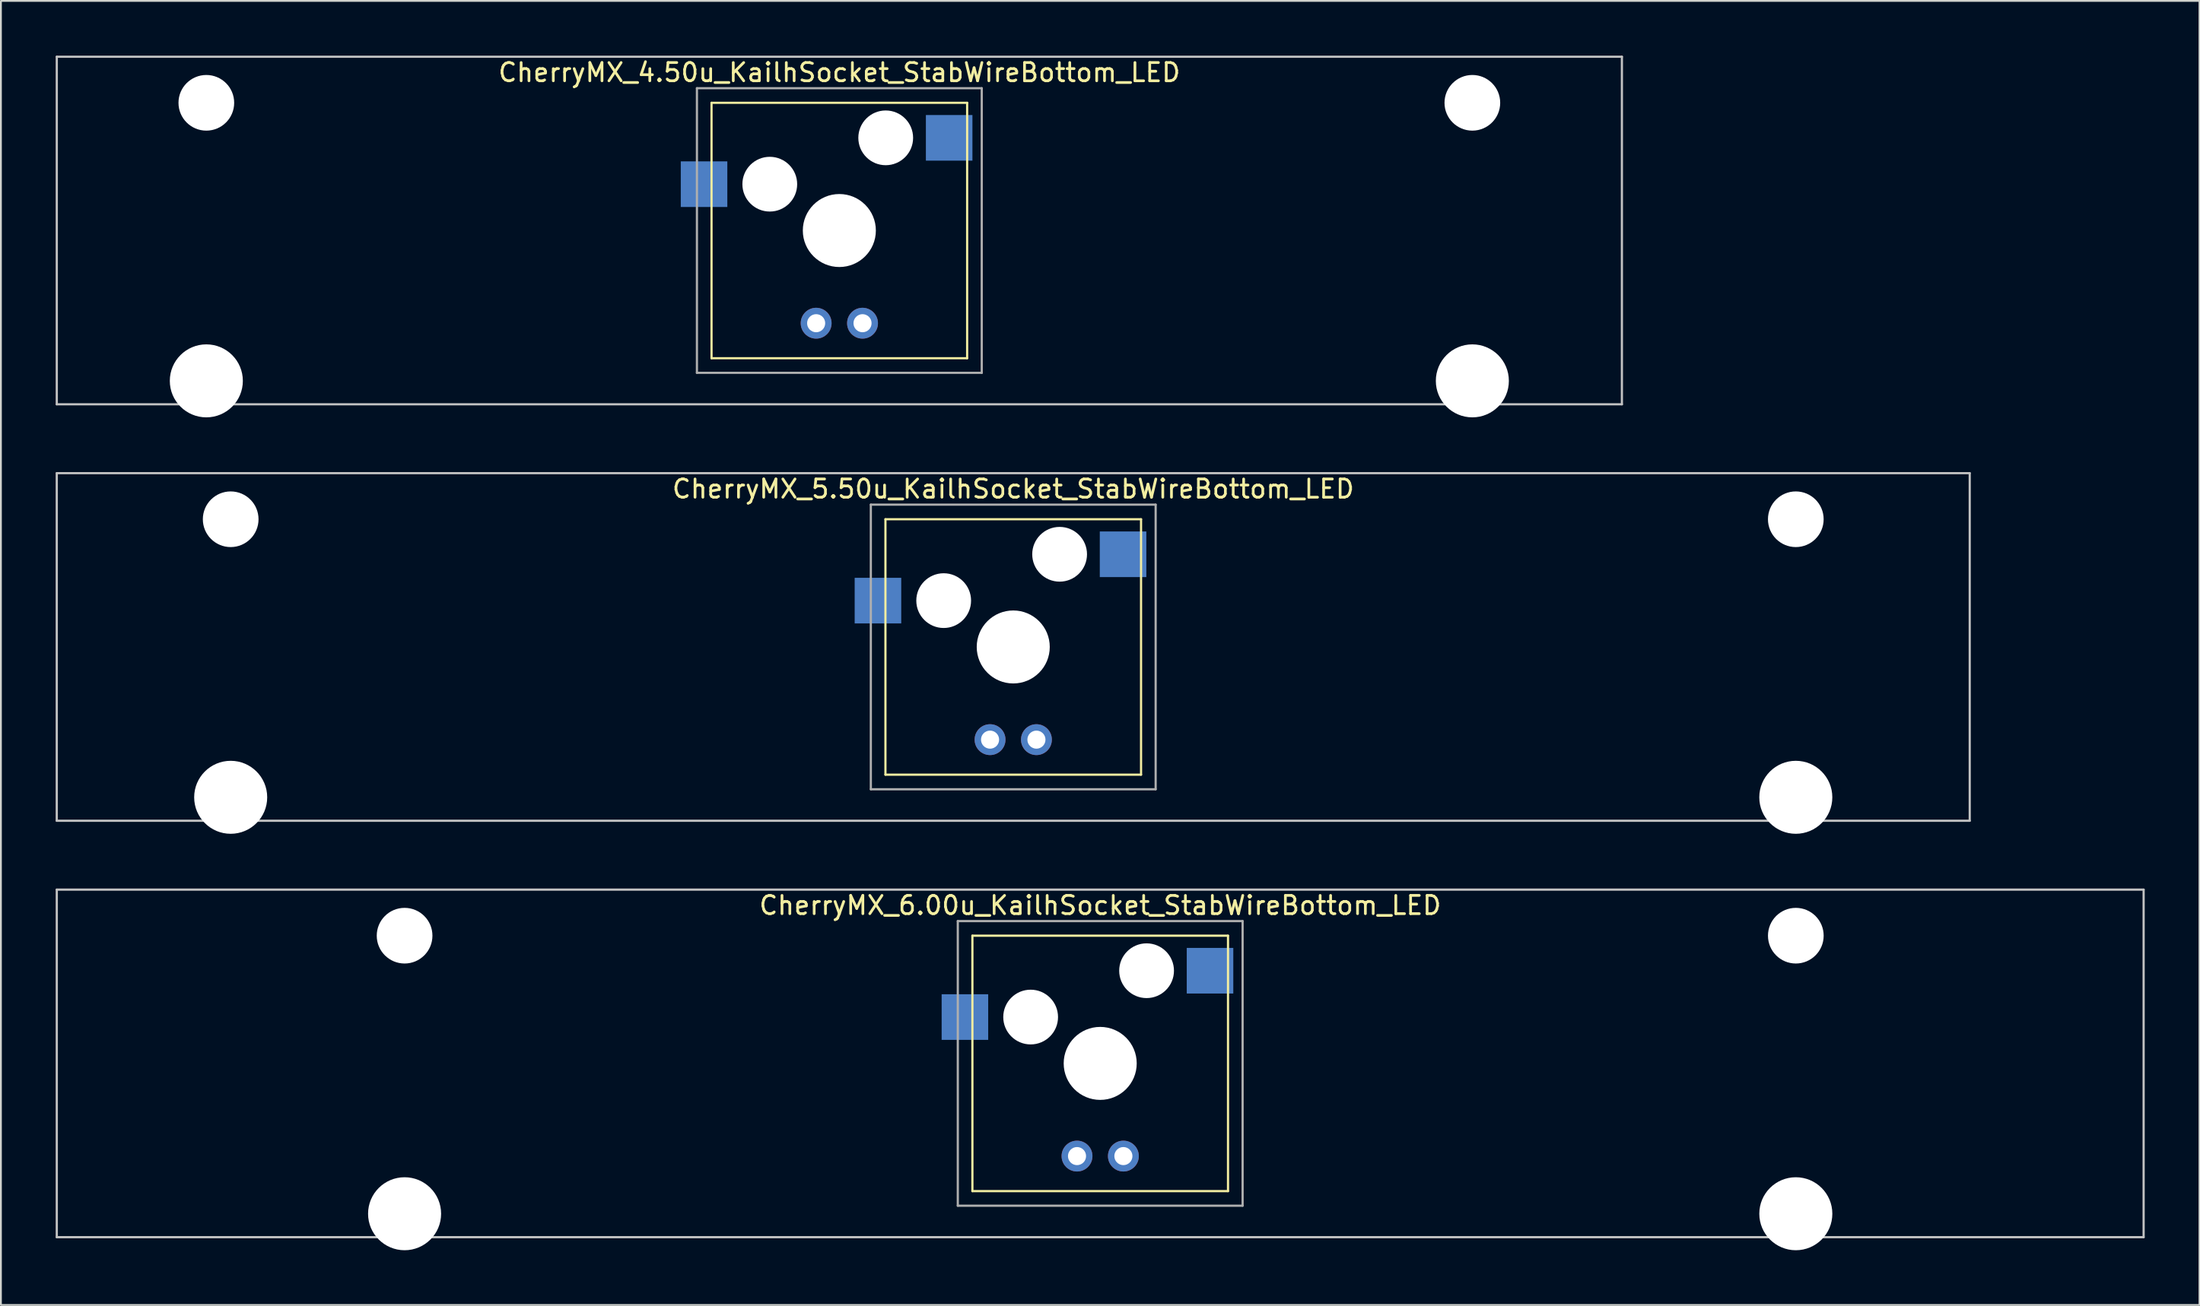
<source format=kicad_pcb>
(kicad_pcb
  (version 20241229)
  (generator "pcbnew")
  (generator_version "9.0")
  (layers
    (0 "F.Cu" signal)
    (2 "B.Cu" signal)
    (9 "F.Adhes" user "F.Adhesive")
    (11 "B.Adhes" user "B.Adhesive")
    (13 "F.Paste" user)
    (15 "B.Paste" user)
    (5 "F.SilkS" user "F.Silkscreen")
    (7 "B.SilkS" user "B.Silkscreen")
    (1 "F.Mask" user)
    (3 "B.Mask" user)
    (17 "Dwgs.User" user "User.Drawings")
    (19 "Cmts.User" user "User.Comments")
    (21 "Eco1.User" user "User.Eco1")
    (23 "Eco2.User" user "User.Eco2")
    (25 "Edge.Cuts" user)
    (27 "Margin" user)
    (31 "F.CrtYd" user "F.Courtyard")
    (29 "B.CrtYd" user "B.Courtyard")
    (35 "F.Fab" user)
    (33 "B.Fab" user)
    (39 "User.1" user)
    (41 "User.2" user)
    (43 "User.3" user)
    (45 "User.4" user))
  (footprint "CherryMX_5.50u_KailhSocket_StabWireBottom_LED"
    (layer "F.Cu")
    (at 52.447 32.41)
    (property "Reference" "CherryMX_5.50u_KailhSocket_StabWireBottom_LED" (at 0 -8.662 0) (layer "F.SilkS") (effects (font (size 1 1) (thickness 0.15))))
    (attr through_hole)
    (fp_line (start -7 -7) (end -7 7) (stroke (width 0.12) (type solid)) (layer "F.SilkS"))
    (fp_line (start -7 -7) (end 7 -7) (stroke (width 0.12) (type solid)) (layer "F.SilkS"))
    (fp_line (start 7 -7) (end 7 7) (stroke (width 0.12) (type solid)) (layer "F.SilkS"))
    (fp_line (start 7 7) (end -7 7) (stroke (width 0.12) (type solid)) (layer "F.SilkS"))
    (fp_line (start -52.388 -9.525) (end 52.388 -9.525) (stroke (width 0.12) (type solid)) (layer "Dwgs.User"))
    (fp_line (start -52.388 9.525) (end -52.388 -9.525) (stroke (width 0.12) (type solid)) (layer "Dwgs.User"))
    (fp_line (start 52.388 -9.525) (end 52.388 9.525) (stroke (width 0.12) (type solid)) (layer "Dwgs.User"))
    (fp_line (start 52.388 9.525) (end -52.388 9.525) (stroke (width 0.12) (type solid)) (layer "Dwgs.User"))
    (fp_line (start -7.8 -7.8) (end -7.8 7.8) (stroke (width 0.12) (type solid)) (layer "F.Fab"))
    (fp_line (start -7.8 -7.8) (end 7.8 -7.8) (stroke (width 0.12) (type solid)) (layer "F.Fab"))
    (fp_line (start -7.8 7.8) (end 7.8 7.8) (stroke (width 0.12) (type solid)) (layer "F.Fab"))
    (fp_line (start 7.8 -7.8) (end 7.8 7.8) (stroke (width 0.12) (type solid)) (layer "F.Fab"))
    (pad "" np_thru_hole circle (at -42.862 -7) (size 3.05 3.05) (drill 3.05) (layers "*.Cu" "*.Mask"))
    (pad "" np_thru_hole circle (at -42.862 8.24) (size 4 4) (drill 4) (layers "*.Cu" "*.Mask"))
    (pad "" np_thru_hole circle (at -3.81 -2.54) (size 3 3) (drill 3) (layers "*.Cu" "*.Mask"))
    (pad "" np_thru_hole circle (at 0 0) (size 4 4) (drill 4) (layers "*.Cu" "*.Mask"))
    (pad "" np_thru_hole circle (at 2.54 -5.08) (size 3 3) (drill 3) (layers "*.Cu" "*.Mask"))
    (pad "" np_thru_hole circle (at 42.862 -7) (size 3.05 3.05) (drill 3.05) (layers "*.Cu" "*.Mask"))
    (pad "" np_thru_hole circle (at 42.862 8.24) (size 4 4) (drill 4) (layers "*.Cu" "*.Mask"))
    (pad "1" smd rect (at -7.41 -2.54) (size 2.55 2.5) (layers "B.Cu" "B.Mask" "B.Paste"))
    (pad "2" smd rect (at 6.015 -5.08) (size 2.55 2.5) (layers "B.Cu" "B.Mask" "B.Paste"))
    (pad "3" thru_hole circle (at -1.27 5.08) (size 1.691 1.691) (drill 0.991) (layers "*.Cu" "*.Mask"))
    (pad "4" thru_hole circle (at 1.27 5.08) (size 1.691 1.691) (drill 0.991) (layers "*.Cu" "*.Mask")))
  (footprint "CherryMX_6.00u_KailhSocket_StabWireBottom_LED"
    (layer "F.Cu")
    (at 57.21 55.235)
    (property "Reference" "CherryMX_6.00u_KailhSocket_StabWireBottom_LED" (at 0 -8.662 0) (layer "F.SilkS") (effects (font (size 1 1) (thickness 0.15))))
    (attr through_hole)
    (fp_line (start -7 -7) (end -7 7) (stroke (width 0.12) (type solid)) (layer "F.SilkS"))
    (fp_line (start -7 -7) (end 7 -7) (stroke (width 0.12) (type solid)) (layer "F.SilkS"))
    (fp_line (start 7 -7) (end 7 7) (stroke (width 0.12) (type solid)) (layer "F.SilkS"))
    (fp_line (start 7 7) (end -7 7) (stroke (width 0.12) (type solid)) (layer "F.SilkS"))
    (fp_line (start -57.15 -9.525) (end 57.15 -9.525) (stroke (width 0.12) (type solid)) (layer "Dwgs.User"))
    (fp_line (start -57.15 9.525) (end -57.15 -9.525) (stroke (width 0.12) (type solid)) (layer "Dwgs.User"))
    (fp_line (start 57.15 -9.525) (end 57.15 9.525) (stroke (width 0.12) (type solid)) (layer "Dwgs.User"))
    (fp_line (start 57.15 9.525) (end -57.15 9.525) (stroke (width 0.12) (type solid)) (layer "Dwgs.User"))
    (fp_line (start -7.8 -7.8) (end -7.8 7.8) (stroke (width 0.12) (type solid)) (layer "F.Fab"))
    (fp_line (start -7.8 -7.8) (end 7.8 -7.8) (stroke (width 0.12) (type solid)) (layer "F.Fab"))
    (fp_line (start -7.8 7.8) (end 7.8 7.8) (stroke (width 0.12) (type solid)) (layer "F.Fab"))
    (fp_line (start 7.8 -7.8) (end 7.8 7.8) (stroke (width 0.12) (type solid)) (layer "F.Fab"))
    (pad "" np_thru_hole circle (at -38.1 -7) (size 3.05 3.05) (drill 3.05) (layers "*.Cu" "*.Mask"))
    (pad "" np_thru_hole circle (at -38.1 8.24) (size 4 4) (drill 4) (layers "*.Cu" "*.Mask"))
    (pad "" np_thru_hole circle (at -3.81 -2.54) (size 3 3) (drill 3) (layers "*.Cu" "*.Mask"))
    (pad "" np_thru_hole circle (at 0 0) (size 4 4) (drill 4) (layers "*.Cu" "*.Mask"))
    (pad "" np_thru_hole circle (at 2.54 -5.08) (size 3 3) (drill 3) (layers "*.Cu" "*.Mask"))
    (pad "" np_thru_hole circle (at 38.1 -7) (size 3.05 3.05) (drill 3.05) (layers "*.Cu" "*.Mask"))
    (pad "" np_thru_hole circle (at 38.1 8.24) (size 4 4) (drill 4) (layers "*.Cu" "*.Mask"))
    (pad "1" smd rect (at -7.41 -2.54) (size 2.55 2.5) (layers "B.Cu" "B.Mask" "B.Paste"))
    (pad "2" smd rect (at 6.015 -5.08) (size 2.55 2.5) (layers "B.Cu" "B.Mask" "B.Paste"))
    (pad "3" thru_hole circle (at -1.27 5.08) (size 1.691 1.691) (drill 0.991) (layers "*.Cu" "*.Mask"))
    (pad "4" thru_hole circle (at 1.27 5.08) (size 1.691 1.691) (drill 0.991) (layers "*.Cu" "*.Mask")))
  (footprint "CherryMX_4.50u_KailhSocket_StabWireBottom_LED"
    (layer "F.Cu")
    (at 42.922 9.585)
    (property "Reference" "CherryMX_4.50u_KailhSocket_StabWireBottom_LED" (at 0 -8.662 0) (layer "F.SilkS") (effects (font (size 1 1) (thickness 0.15))))
    (attr through_hole)
    (fp_line (start -7 -7) (end -7 7) (stroke (width 0.12) (type solid)) (layer "F.SilkS"))
    (fp_line (start -7 -7) (end 7 -7) (stroke (width 0.12) (type solid)) (layer "F.SilkS"))
    (fp_line (start 7 -7) (end 7 7) (stroke (width 0.12) (type solid)) (layer "F.SilkS"))
    (fp_line (start 7 7) (end -7 7) (stroke (width 0.12) (type solid)) (layer "F.SilkS"))
    (fp_line (start -42.862 -9.525) (end 42.862 -9.525) (stroke (width 0.12) (type solid)) (layer "Dwgs.User"))
    (fp_line (start -42.862 9.525) (end -42.862 -9.525) (stroke (width 0.12) (type solid)) (layer "Dwgs.User"))
    (fp_line (start 42.862 -9.525) (end 42.862 9.525) (stroke (width 0.12) (type solid)) (layer "Dwgs.User"))
    (fp_line (start 42.862 9.525) (end -42.862 9.525) (stroke (width 0.12) (type solid)) (layer "Dwgs.User"))
    (fp_line (start -7.8 -7.8) (end -7.8 7.8) (stroke (width 0.12) (type solid)) (layer "F.Fab"))
    (fp_line (start -7.8 -7.8) (end 7.8 -7.8) (stroke (width 0.12) (type solid)) (layer "F.Fab"))
    (fp_line (start -7.8 7.8) (end 7.8 7.8) (stroke (width 0.12) (type solid)) (layer "F.Fab"))
    (fp_line (start 7.8 -7.8) (end 7.8 7.8) (stroke (width 0.12) (type solid)) (layer "F.Fab"))
    (pad "" np_thru_hole circle (at -34.671 -7) (size 3.05 3.05) (drill 3.05) (layers "*.Cu" "*.Mask"))
    (pad "" np_thru_hole circle (at -34.671 8.24) (size 4 4) (drill 4) (layers "*.Cu" "*.Mask"))
    (pad "" np_thru_hole circle (at -3.81 -2.54) (size 3 3) (drill 3) (layers "*.Cu" "*.Mask"))
    (pad "" np_thru_hole circle (at 0 0) (size 4 4) (drill 4) (layers "*.Cu" "*.Mask"))
    (pad "" np_thru_hole circle (at 2.54 -5.08) (size 3 3) (drill 3) (layers "*.Cu" "*.Mask"))
    (pad "" np_thru_hole circle (at 34.671 -7) (size 3.05 3.05) (drill 3.05) (layers "*.Cu" "*.Mask"))
    (pad "" np_thru_hole circle (at 34.671 8.24) (size 4 4) (drill 4) (layers "*.Cu" "*.Mask"))
    (pad "1" smd rect (at -7.41 -2.54) (size 2.55 2.5) (layers "B.Cu" "B.Mask" "B.Paste"))
    (pad "2" smd rect (at 6.015 -5.08) (size 2.55 2.5) (layers "B.Cu" "B.Mask" "B.Paste"))
    (pad "3" thru_hole circle (at -1.27 5.08) (size 1.691 1.691) (drill 0.991) (layers "*.Cu" "*.Mask"))
    (pad "4" thru_hole circle (at 1.27 5.08) (size 1.691 1.691) (drill 0.991) (layers "*.Cu" "*.Mask")))
  (gr_rect
    (start -3 -3)
    (end 117.42 68.475)
    (stroke (width 0.1) (type default))
    (fill no)
    (layer "Edge.Cuts")))
</source>
